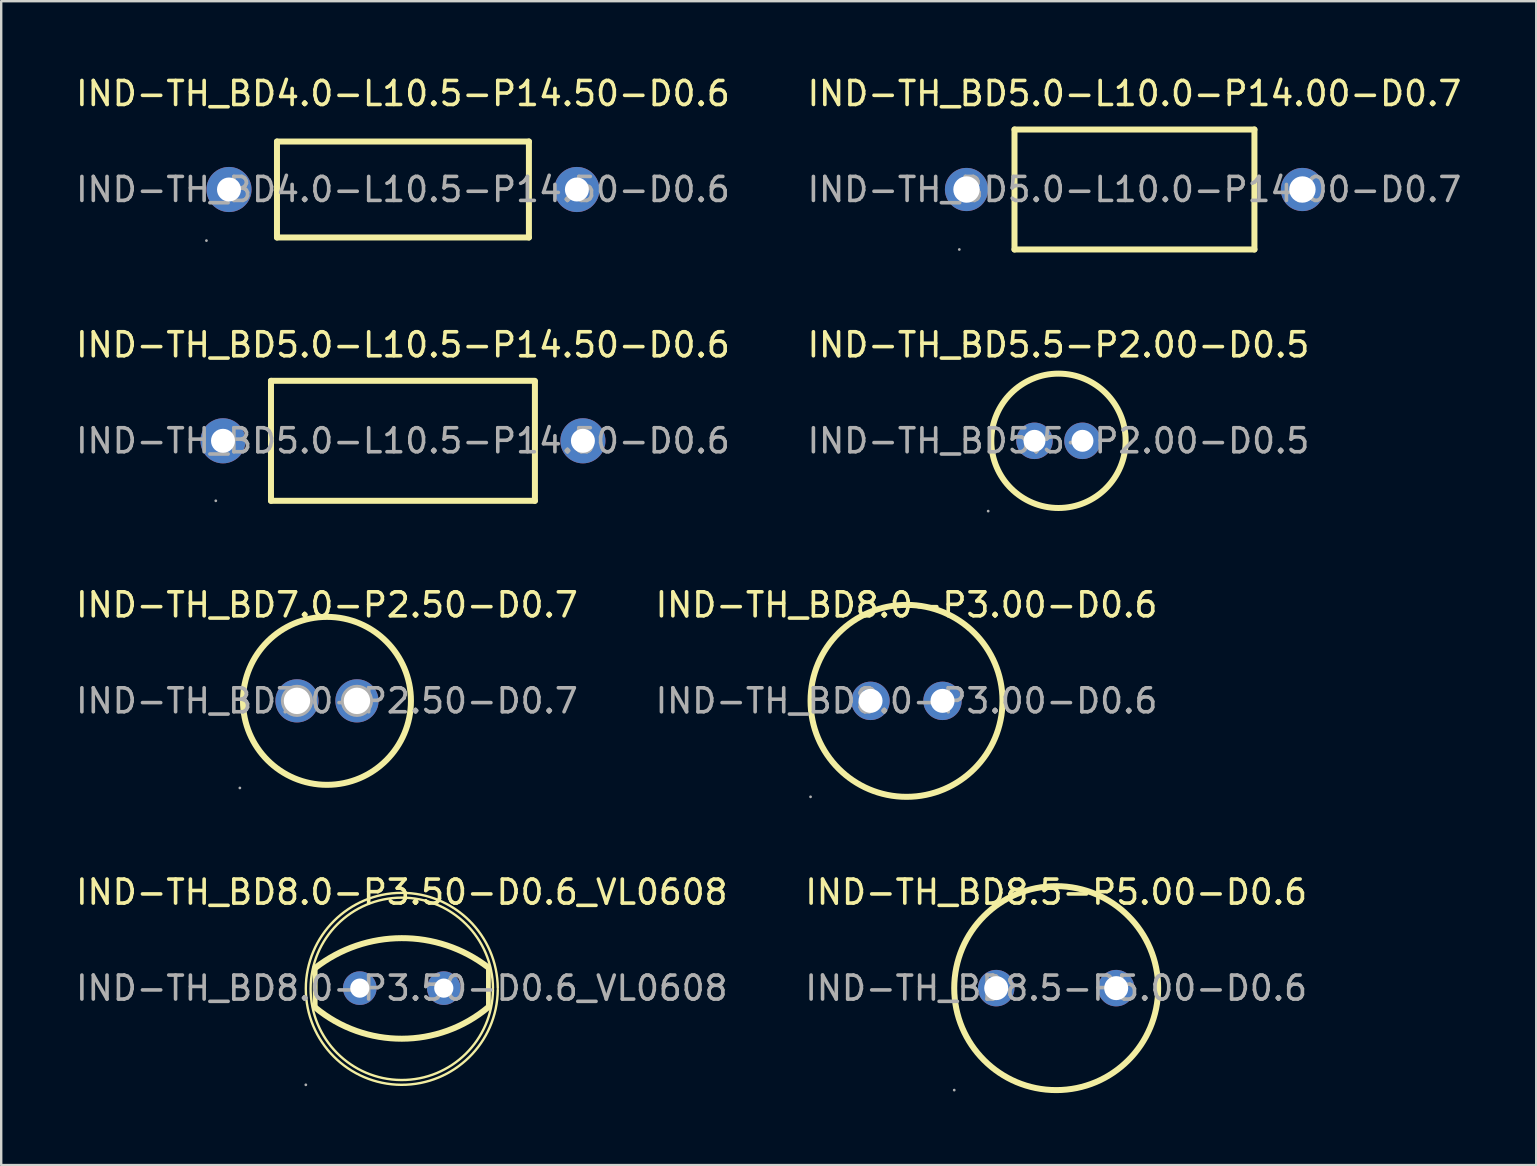
<source format=kicad_pcb>
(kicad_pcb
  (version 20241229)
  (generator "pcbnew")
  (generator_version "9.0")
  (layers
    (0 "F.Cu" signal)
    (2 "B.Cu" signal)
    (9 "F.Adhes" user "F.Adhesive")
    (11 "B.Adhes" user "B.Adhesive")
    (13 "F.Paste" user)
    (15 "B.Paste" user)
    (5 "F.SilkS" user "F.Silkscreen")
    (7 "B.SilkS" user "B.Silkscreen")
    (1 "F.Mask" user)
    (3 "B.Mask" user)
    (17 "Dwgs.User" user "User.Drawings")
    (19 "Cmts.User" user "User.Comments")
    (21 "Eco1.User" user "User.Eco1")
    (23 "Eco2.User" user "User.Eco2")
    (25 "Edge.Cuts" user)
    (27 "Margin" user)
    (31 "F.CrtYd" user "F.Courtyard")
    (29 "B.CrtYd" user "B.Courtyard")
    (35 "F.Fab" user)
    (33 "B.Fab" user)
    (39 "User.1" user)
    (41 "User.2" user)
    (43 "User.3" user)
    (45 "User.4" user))
  (footprint "IND-TH_BD7.0-P2.50-D0.7"
    (layer "F.Cu")
    (at 10.577 26.16)
    (property "Reference" "IND-TH_BD7.0-P2.50-D0.7" (at 0 -4 0) (layer "F.SilkS") (effects (font (size 1 1) (thickness 0.15))))
    (attr through_hole)
    (fp_circle (center 0 0) (end 3.5 0) (stroke (width 0.25) (type solid)) (fill no) (layer "F.SilkS"))
    (fp_circle (center -3.63 3.63) (end -3.6 3.63) (stroke (width 0.06) (type solid)) (fill no) (layer "F.Fab"))
    (fp_circle (center -1.25 0) (end -1.03 0) (stroke (width 0.45) (type solid)) (fill no) (layer "F.Fab"))
    (fp_circle (center 1.25 0) (end 1.47 0) (stroke (width 0.45) (type solid)) (fill no) (layer "F.Fab"))
    (fp_text user "${REFERENCE}" (at 0 0 0) (layer "F.Fab") (effects (font (size 1 1) (thickness 0.15))))
    (pad "1" thru_hole circle (at -1.25 0) (size 1.8 1.8) (drill 1.1) (layers "*.Cu" "*.Paste" "*.Mask"))
    (pad "2" thru_hole circle (at 1.25 0) (size 1.8 1.8) (drill 1.1) (layers "*.Cu" "*.Paste" "*.Mask")))
  (footprint "IND-TH_BD5.0-L10.5-P14.50-D0.6"
    (layer "F.Cu")
    (at 13.744 15.322)
    (property "Reference" "IND-TH_BD5.0-L10.5-P14.50-D0.6" (at 0 -4 0) (layer "F.SilkS") (effects (font (size 1 1) (thickness 0.15))))
    (attr through_hole)
    (fp_line (start -5.5 2.5) (end -5.5 -2.5) (stroke (width 0.25) (type solid)) (layer "F.SilkS"))
    (fp_line (start 5.5 -2.5) (end -5.5 -2.5) (stroke (width 0.25) (type solid)) (layer "F.SilkS"))
    (fp_line (start 5.5 2.5) (end -5.5 2.5) (stroke (width 0.25) (type solid)) (layer "F.SilkS"))
    (fp_line (start 5.5 2.5) (end 5.5 -2.46) (stroke (width 0.25) (type solid)) (layer "F.SilkS"))
    (fp_circle (center -7.8 2.5) (end -7.77 2.5) (stroke (width 0.06) (type solid)) (fill no) (layer "F.Fab"))
    (fp_circle (center -7.5 0) (end -7.35 0) (stroke (width 0.3) (type solid)) (fill no) (layer "F.Fab"))
    (fp_circle (center 7.5 0) (end 7.65 0) (stroke (width 0.3) (type solid)) (fill no) (layer "F.Fab"))
    (fp_text user "${REFERENCE}" (at 0 0 0) (layer "F.Fab") (effects (font (size 1 1) (thickness 0.15))))
    (pad "1" thru_hole circle (at -7.5 0) (size 1.88 1.88) (drill 1) (layers "*.Cu" "*.Paste" "*.Mask"))
    (pad "2" thru_hole circle (at 7.5 0) (size 1.88 1.88) (drill 1) (layers "*.Cu" "*.Paste" "*.Mask")))
  (footprint "IND-TH_BD8.5-P5.00-D0.6"
    (layer "F.Cu")
    (at 40.97 38.133)
    (property "Reference" "IND-TH_BD8.5-P5.00-D0.6" (at 0 -4 0) (layer "F.SilkS") (effects (font (size 1 1) (thickness 0.15))))
    (attr through_hole)
    (fp_circle (center 0 0) (end 4.25 0) (stroke (width 0.25) (type solid)) (fill no) (layer "F.SilkS"))
    (fp_circle (center -4.25 4.25) (end -4.22 4.25) (stroke (width 0.06) (type solid)) (fill no) (layer "F.Fab"))
    (fp_circle (center -2.5 0) (end -2.35 0) (stroke (width 0.3) (type solid)) (fill no) (layer "F.Fab"))
    (fp_circle (center 2.5 0) (end 2.65 0) (stroke (width 0.3) (type solid)) (fill no) (layer "F.Fab"))
    (fp_text user "${REFERENCE}" (at 0 0 0) (layer "F.Fab") (effects (font (size 1 1) (thickness 0.15))))
    (pad "1" thru_hole circle (at -2.5 0) (size 1.52 1.52) (drill 1) (layers "*.Cu" "*.Paste" "*.Mask"))
    (pad "2" thru_hole circle (at 2.5 0) (size 1.52 1.52) (drill 1) (layers "*.Cu" "*.Paste" "*.Mask")))
  (footprint "IND-TH_BD8.0-P3.00-D0.6"
    (layer "F.Cu")
    (at 34.732 26.16)
    (property "Reference" "IND-TH_BD8.0-P3.00-D0.6" (at 0 -4 0) (layer "F.SilkS") (effects (font (size 1 1) (thickness 0.15))))
    (attr through_hole)
    (fp_circle (center 0 0) (end 4 0) (stroke (width 0.25) (type solid)) (fill no) (layer "F.SilkS"))
    (fp_circle (center -4 4) (end -3.97 4) (stroke (width 0.06) (type solid)) (fill no) (layer "F.Fab"))
    (fp_circle (center -1.5 0) (end -1.35 0) (stroke (width 0.3) (type solid)) (fill no) (layer "F.Fab"))
    (fp_circle (center 1.5 0) (end 1.65 0) (stroke (width 0.3) (type solid)) (fill no) (layer "F.Fab"))
    (fp_text user "${REFERENCE}" (at 0 0 0) (layer "F.Fab") (effects (font (size 1 1) (thickness 0.15))))
    (pad "1" thru_hole circle (at -1.5 0) (size 1.6 1.6) (drill 1) (layers "*.Cu" "*.Paste" "*.Mask"))
    (pad "2" thru_hole circle (at 1.5 0) (size 1.6 1.6) (drill 1) (layers "*.Cu" "*.Paste" "*.Mask")))
  (footprint "IND-TH_BD5.5-P2.00-D0.5"
    (layer "F.Cu")
    (at 41.065 15.322)
    (property "Reference" "IND-TH_BD5.5-P2.00-D0.5" (at 0 -4 0) (layer "F.SilkS") (effects (font (size 1 1) (thickness 0.15))))
    (attr through_hole)
    (fp_circle (center 0 0) (end 2.8 0) (stroke (width 0.25) (type solid)) (fill no) (layer "F.SilkS"))
    (fp_circle (center -2.93 2.93) (end -2.9 2.93) (stroke (width 0.06) (type solid)) (fill no) (layer "F.Fab"))
    (fp_circle (center -1 0) (end -0.82 0) (stroke (width 0.36) (type solid)) (fill no) (layer "F.Fab"))
    (fp_circle (center 1 0) (end 1.18 0) (stroke (width 0.36) (type solid)) (fill no) (layer "F.Fab"))
    (fp_text user "${REFERENCE}" (at 0 0 0) (layer "F.Fab") (effects (font (size 1 1) (thickness 0.15))))
    (pad "1" thru_hole circle (at -1 0) (size 1.52 1.52) (drill 0.914) (layers "*.Cu" "*.Paste" "*.Mask"))
    (pad "2" thru_hole circle (at 1 0) (size 1.52 1.52) (drill 0.914) (layers "*.Cu" "*.Paste" "*.Mask")))
  (footprint "IND-TH_BD8.0-P3.50-D0.6_VL0608"
    (layer "F.Cu")
    (at 13.696 38.133)
    (property "Reference" "IND-TH_BD8.0-P3.50-D0.6_VL0608" (at 0 -4 0) (layer "F.SilkS") (effects (font (size 1 1) (thickness 0.15))))
    (attr through_hole)
    (fp_line (start -3.61 0.81) (end -3.61 -0.84) (stroke (width 0.2) (type solid)) (layer "F.SilkS"))
    (fp_line (start 3.61 0.79) (end 3.61 -0.86) (stroke (width 0.2) (type solid)) (layer "F.SilkS"))
    (fp_arc (start -3.61 -0.84) (mid -0.008057 -2.082926) (end 3.601435 -0.862097) (stroke (width 0.25) (type solid)) (layer "F.SilkS"))
    (fp_arc (start 3.61 0.79) (mid 0.004455 2.108525) (end -3.607815 0.808536) (stroke (width 0.25) (type solid)) (layer "F.SilkS"))
    (fp_arc (start 3.8 0.07) (mid -3.800207 0.025152) (end 3.80009 -0.000305) (stroke (width 0.1) (type solid)) (layer "F.SilkS"))
    (fp_arc (start 4 0.07) (mid -4.000197 0.024908) (end 4.000089 0.000184) (stroke (width 0.1) (type solid)) (layer "F.SilkS"))
    (fp_circle (center -4 4.03) (end -3.97 4.03) (stroke (width 0.06) (type solid)) (fill no) (layer "F.Fab"))
    (fp_circle (center -1.75 0) (end -1.6 0) (stroke (width 0.3) (type solid)) (fill no) (layer "F.Fab"))
    (fp_circle (center 1.75 0) (end 1.9 0) (stroke (width 0.3) (type solid)) (fill no) (layer "F.Fab"))
    (fp_text user "${REFERENCE}" (at 0 0 0) (layer "F.Fab") (effects (font (size 1 1) (thickness 0.15))))
    (pad "1" thru_hole circle (at -1.75 0 180) (size 1.4 1.4) (drill 0.8) (layers "*.Cu" "*.Paste" "*.Mask"))
    (pad "2" thru_hole circle (at 1.75 0 180) (size 1.4 1.4) (drill 0.8) (layers "*.Cu" "*.Paste" "*.Mask")))
  (footprint "IND-TH_BD5.0-L10.0-P14.00-D0.7"
    (layer "F.Cu")
    (at 44.232 4.848)
    (property "Reference" "IND-TH_BD5.0-L10.0-P14.00-D0.7" (at 0 -4 0) (layer "F.SilkS") (effects (font (size 1 1) (thickness 0.15))))
    (attr through_hole)
    (fp_line (start -5 -2.5) (end 5 -2.5) (stroke (width 0.25) (type solid)) (layer "F.SilkS"))
    (fp_line (start -5 2.5) (end -5 -2.5) (stroke (width 0.25) (type solid)) (layer "F.SilkS"))
    (fp_line (start 5 -2.5) (end 5 2.5) (stroke (width 0.25) (type solid)) (layer "F.SilkS"))
    (fp_line (start 5 2.5) (end -5 2.5) (stroke (width 0.25) (type solid)) (layer "F.SilkS"))
    (fp_circle (center -7.3 2.5) (end -7.27 2.5) (stroke (width 0.06) (type solid)) (fill no) (layer "F.Fab"))
    (fp_circle (center -7 0) (end -6.85 0) (stroke (width 0.3) (type solid)) (fill no) (layer "F.Fab"))
    (fp_circle (center 7 0) (end 7.15 0) (stroke (width 0.3) (type solid)) (fill no) (layer "F.Fab"))
    (fp_text user "${REFERENCE}" (at 0 0 0) (layer "F.Fab") (effects (font (size 1 1) (thickness 0.15))))
    (pad "1" thru_hole circle (at -7 0) (size 1.8 1.8) (drill 1.1) (layers "*.Cu" "*.Paste" "*.Mask"))
    (pad "2" thru_hole circle (at 7 0) (size 1.8 1.8) (drill 1.1) (layers "*.Cu" "*.Paste" "*.Mask")))
  (footprint "IND-TH_BD4.0-L10.5-P14.50-D0.6"
    (layer "F.Cu")
    (at 13.744 4.848)
    (property "Reference" "IND-TH_BD4.0-L10.5-P14.50-D0.6" (at 0 -4 0) (layer "F.SilkS") (effects (font (size 1 1) (thickness 0.15))))
    (attr through_hole)
    (fp_line (start -5.25 -2) (end 5.25 -2) (stroke (width 0.25) (type solid)) (layer "F.SilkS"))
    (fp_line (start -5.25 2) (end -5.25 -2) (stroke (width 0.25) (type solid)) (layer "F.SilkS"))
    (fp_line (start 5.25 2) (end -5.25 2) (stroke (width 0.25) (type solid)) (layer "F.SilkS"))
    (fp_line (start 5.25 2) (end 5.25 -2) (stroke (width 0.25) (type solid)) (layer "F.SilkS"))
    (fp_circle (center -8.19 2.13) (end -8.16 2.13) (stroke (width 0.06) (type solid)) (fill no) (layer "F.Fab"))
    (fp_circle (center -7.25 0) (end -7.05 0) (stroke (width 0.4) (type solid)) (fill no) (layer "F.Fab"))
    (fp_circle (center 7.25 0) (end 7.45 0) (stroke (width 0.4) (type solid)) (fill no) (layer "F.Fab"))
    (fp_text user "${REFERENCE}" (at 0 0 0) (layer "F.Fab") (effects (font (size 1 1) (thickness 0.15))))
    (pad "1" thru_hole circle (at -7.25 0) (size 1.88 1.88) (drill 1) (layers "*.Cu" "*.Paste" "*.Mask"))
    (pad "2" thru_hole circle (at 7.25 0) (size 1.88 1.88) (drill 1) (layers "*.Cu" "*.Paste" "*.Mask")))
  (gr_rect
    (start -3 -3)
    (end 60.976 45.508)
    (stroke (width 0.1) (type default))
    (fill no)
    (layer "Edge.Cuts")))
</source>
